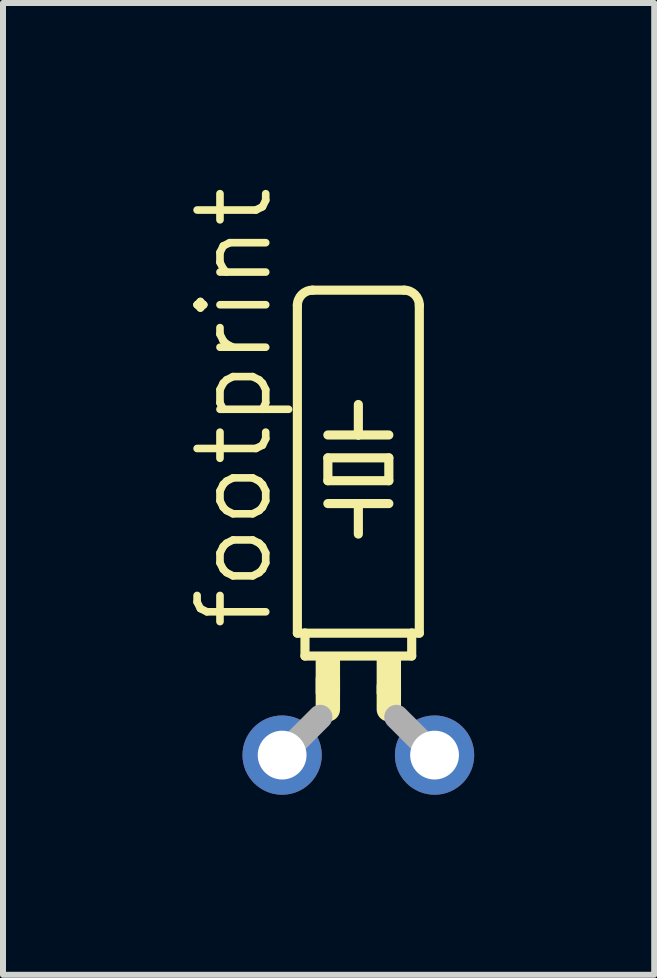
<source format=kicad_pcb>
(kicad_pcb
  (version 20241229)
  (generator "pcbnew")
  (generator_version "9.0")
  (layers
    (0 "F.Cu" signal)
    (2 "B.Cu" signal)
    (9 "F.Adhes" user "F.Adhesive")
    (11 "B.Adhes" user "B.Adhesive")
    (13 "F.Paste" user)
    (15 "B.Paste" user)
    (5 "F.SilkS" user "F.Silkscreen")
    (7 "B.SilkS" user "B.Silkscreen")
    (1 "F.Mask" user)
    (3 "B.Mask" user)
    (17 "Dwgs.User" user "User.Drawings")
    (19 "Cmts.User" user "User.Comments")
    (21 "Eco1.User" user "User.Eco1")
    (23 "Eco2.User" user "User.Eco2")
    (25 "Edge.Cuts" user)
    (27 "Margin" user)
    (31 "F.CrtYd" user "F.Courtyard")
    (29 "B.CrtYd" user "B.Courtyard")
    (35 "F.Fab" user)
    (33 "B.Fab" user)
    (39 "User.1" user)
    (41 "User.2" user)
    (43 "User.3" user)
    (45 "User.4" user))
  (footprint "footprint"
    (layer "F.Cu")
    (at 2.921 9.532)
    (property "Reference" "footprint" (at -1.397 -2.032 90) (layer "F.SilkS") (effects (font (size 1.143 1.143) (thickness 0.127)) (justify left bottom)))
    (fp_line (start -1.016 -2.032) (end -1.016 -7.493) (stroke (width 0.152) (type solid)) (layer "F.SilkS"))
    (fp_line (start -1.016 -2.032) (end -0.889 -2.032) (stroke (width 0.152) (type solid)) (layer "F.SilkS"))
    (fp_line (start -0.889 -1.651) (end -0.889 -2.032) (stroke (width 0.152) (type solid)) (layer "F.SilkS"))
    (fp_line (start -0.889 -1.651) (end 0.889 -1.651) (stroke (width 0.152) (type solid)) (layer "F.SilkS"))
    (fp_line (start -0.762 -7.747) (end 0.762 -7.747) (stroke (width 0.152) (type solid)) (layer "F.SilkS"))
    (fp_line (start -0.508 -5.334) (end 0 -5.334) (stroke (width 0.152) (type solid)) (layer "F.SilkS"))
    (fp_line (start -0.508 -4.953) (end -0.508 -4.572) (stroke (width 0.152) (type solid)) (layer "F.SilkS"))
    (fp_line (start -0.508 -4.953) (end 0.508 -4.953) (stroke (width 0.152) (type solid)) (layer "F.SilkS"))
    (fp_line (start -0.508 -4.191) (end 0 -4.191) (stroke (width 0.152) (type solid)) (layer "F.SilkS"))
    (fp_line (start -0.508 -0.762) (end -0.508 -1.27) (stroke (width 0.406) (type solid)) (layer "F.SilkS"))
    (fp_line (start 0 -5.334) (end 0 -5.842) (stroke (width 0.152) (type solid)) (layer "F.SilkS"))
    (fp_line (start 0 -5.334) (end 0.508 -5.334) (stroke (width 0.152) (type solid)) (layer "F.SilkS"))
    (fp_line (start 0 -4.191) (end 0 -3.683) (stroke (width 0.152) (type solid)) (layer "F.SilkS"))
    (fp_line (start 0 -4.191) (end 0.508 -4.191) (stroke (width 0.152) (type solid)) (layer "F.SilkS"))
    (fp_line (start 0.508 -4.572) (end -0.508 -4.572) (stroke (width 0.152) (type solid)) (layer "F.SilkS"))
    (fp_line (start 0.508 -4.572) (end 0.508 -4.953) (stroke (width 0.152) (type solid)) (layer "F.SilkS"))
    (fp_line (start 0.508 -0.762) (end 0.508 -1.143) (stroke (width 0.406) (type solid)) (layer "F.SilkS"))
    (fp_line (start 0.889 -2.032) (end -0.889 -2.032) (stroke (width 0.152) (type solid)) (layer "F.SilkS"))
    (fp_line (start 0.889 -1.651) (end 0.889 -2.032) (stroke (width 0.152) (type solid)) (layer "F.SilkS"))
    (fp_line (start 1.016 -2.032) (end 0.889 -2.032) (stroke (width 0.152) (type solid)) (layer "F.SilkS"))
    (fp_line (start 1.016 -2.032) (end 1.016 -7.493) (stroke (width 0.152) (type solid)) (layer "F.SilkS"))
    (fp_arc (start -1.016 -7.493) (mid -0.941605 -7.672605) (end -0.762 -7.747) (stroke (width 0.1524) (type solid)) (layer "F.SilkS"))
    (fp_arc (start 0.762 -7.747) (mid 0.941605 -7.672605) (end 1.016 -7.493) (stroke (width 0.1524) (type solid)) (layer "F.SilkS"))
    (fp_poly (pts (xy -0.711 -1.016) (xy -0.305 -1.016) (xy -0.305 -1.6) (xy -0.711 -1.6)) (stroke (width 0) (type solid)) (fill yes) (layer "F.SilkS"))
    (fp_poly (pts (xy 0.305 -1.016) (xy 0.711 -1.016) (xy 0.711 -1.6) (xy 0.305 -1.6)) (stroke (width 0) (type solid)) (fill yes) (layer "F.SilkS"))
    (fp_line (start -0.635 -0.635) (end -1.27 0) (stroke (width 0.406) (type solid)) (layer "F.Fab"))
    (fp_line (start 0.635 -0.635) (end 1.27 0) (stroke (width 0.406) (type solid)) (layer "F.Fab"))
    (pad "1" thru_hole circle (at -1.27 0) (size 1.321 1.321) (drill 0.813) (layers "*.Cu" "*.Mask"))
    (pad "2" thru_hole circle (at 1.27 0) (size 1.321 1.321) (drill 0.813) (layers "*.Cu" "*.Mask"))
    (zone (net_name "") (layers "F.Cu" "B.Cu") (hatch edge 0.508) (connect_pads) (min_thickness 0.254) (filled_areas_thickness no) (keepout (tracks allowed) (vias not_allowed) (pads allowed) (copperpour allowed) (footprints allowed)) (placement (enabled no)) (fill) (polygon (pts (xy 1.143 8.77) (xy 4.699 8.77) (xy 4.699 1.15) (xy 1.143 1.15)))))
  (gr_rect
    (start -3 -3)
    (end 7.851 13.193)
    (stroke (width 0.1) (type default))
    (fill no)
    (layer "Edge.Cuts")))
</source>
